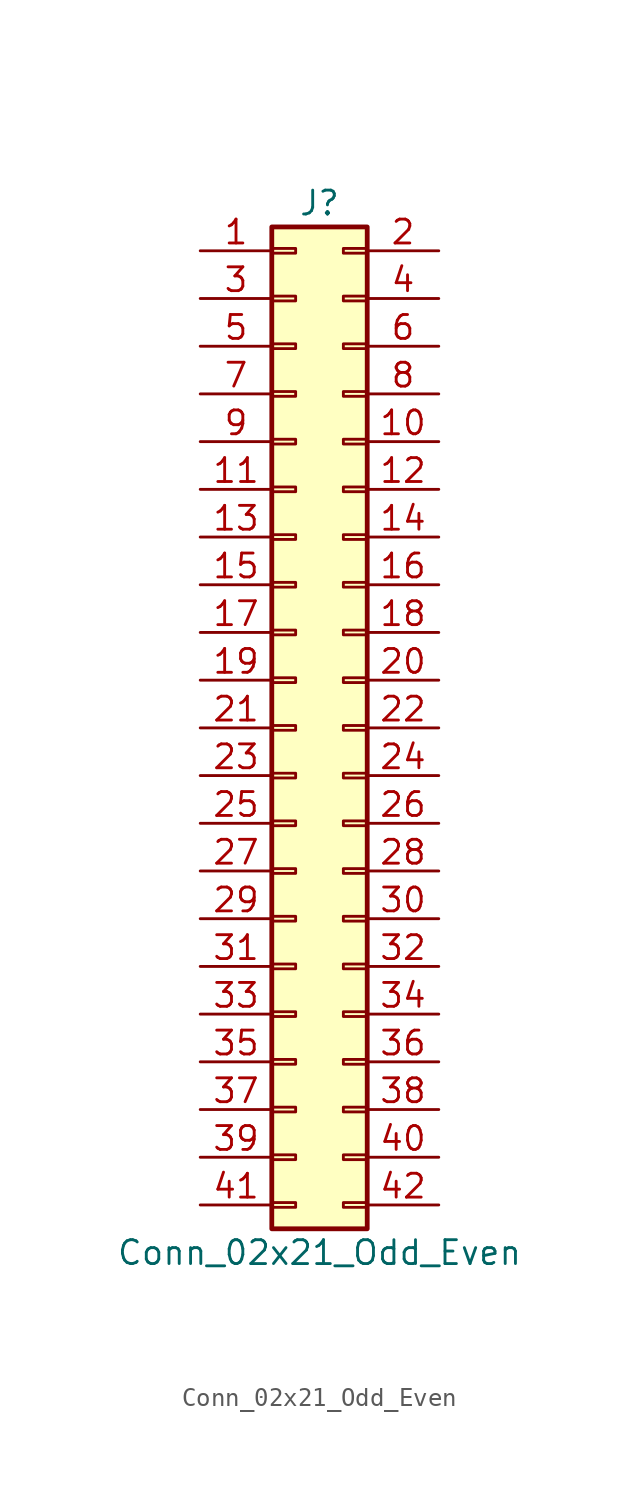
<source format=kicad_sym>
(kicad_symbol_lib
  (version 20201005)
  (generator kicad_symbol_editor)
  (symbol "Conn_02x21_Odd_Even"
    (pin_names
      (offset 1.016) hide)
    (property "Reference" "J"
      (at 1.27 27.94 0)
      (effects (font (size 1.27 1.27))))
    (property "Value" "Conn_02x21_Odd_Even"
      (at 1.27 -27.94 0)
      (effects (font (size 1.27 1.27))))
    (symbol "Conn_02x21_Odd_Even_1_1"
      (rectangle (start -1.27 -25.273) (end 0 -25.527) (stroke (width 0.152)) (fill (type none)))
      (rectangle (start -1.27 -22.733) (end 0 -22.987) (stroke (width 0.152)) (fill (type none)))
      (rectangle (start -1.27 -20.193) (end 0 -20.447) (stroke (width 0.152)) (fill (type none)))
      (rectangle (start -1.27 -17.653) (end 0 -17.907) (stroke (width 0.152)) (fill (type none)))
      (rectangle (start -1.27 -15.113) (end 0 -15.367) (stroke (width 0.152)) (fill (type none)))
      (rectangle (start -1.27 -12.573) (end 0 -12.827) (stroke (width 0.152)) (fill (type none)))
      (rectangle (start -1.27 -10.033) (end 0 -10.287) (stroke (width 0.152)) (fill (type none)))
      (rectangle (start -1.27 -7.493) (end 0 -7.747) (stroke (width 0.152)) (fill (type none)))
      (rectangle (start -1.27 -4.953) (end 0 -5.207) (stroke (width 0.152)) (fill (type none)))
      (rectangle (start -1.27 -2.413) (end 0 -2.667) (stroke (width 0.152)) (fill (type none)))
      (rectangle (start -1.27 0.127) (end 0 -0.127) (stroke (width 0.152)) (fill (type none)))
      (rectangle (start -1.27 2.667) (end 0 2.413) (stroke (width 0.152)) (fill (type none)))
      (rectangle (start -1.27 5.207) (end 0 4.953) (stroke (width 0.152)) (fill (type none)))
      (rectangle (start -1.27 7.747) (end 0 7.493) (stroke (width 0.152)) (fill (type none)))
      (rectangle (start -1.27 10.287) (end 0 10.033) (stroke (width 0.152)) (fill (type none)))
      (rectangle (start -1.27 12.827) (end 0 12.573) (stroke (width 0.152)) (fill (type none)))
      (rectangle (start -1.27 15.367) (end 0 15.113) (stroke (width 0.152)) (fill (type none)))
      (rectangle (start -1.27 17.907) (end 0 17.653) (stroke (width 0.152)) (fill (type none)))
      (rectangle (start -1.27 20.447) (end 0 20.193) (stroke (width 0.152)) (fill (type none)))
      (rectangle (start -1.27 22.987) (end 0 22.733) (stroke (width 0.152)) (fill (type none)))
      (rectangle (start -1.27 25.527) (end 0 25.273) (stroke (width 0.152)) (fill (type none)))
      (rectangle (start 3.81 -25.273) (end 2.54 -25.527) (stroke (width 0.152)) (fill (type none)))
      (rectangle (start 3.81 -22.733) (end 2.54 -22.987) (stroke (width 0.152)) (fill (type none)))
      (rectangle (start 3.81 -20.193) (end 2.54 -20.447) (stroke (width 0.152)) (fill (type none)))
      (rectangle (start 3.81 -17.653) (end 2.54 -17.907) (stroke (width 0.152)) (fill (type none)))
      (rectangle (start 3.81 -15.113) (end 2.54 -15.367) (stroke (width 0.152)) (fill (type none)))
      (rectangle (start 3.81 -12.573) (end 2.54 -12.827) (stroke (width 0.152)) (fill (type none)))
      (rectangle (start 3.81 -10.033) (end 2.54 -10.287) (stroke (width 0.152)) (fill (type none)))
      (rectangle (start 3.81 -7.493) (end 2.54 -7.747) (stroke (width 0.152)) (fill (type none)))
      (rectangle (start 3.81 -4.953) (end 2.54 -5.207) (stroke (width 0.152)) (fill (type none)))
      (rectangle (start 3.81 -2.413) (end 2.54 -2.667) (stroke (width 0.152)) (fill (type none)))
      (rectangle (start 3.81 0.127) (end 2.54 -0.127) (stroke (width 0.152)) (fill (type none)))
      (rectangle (start 3.81 2.667) (end 2.54 2.413) (stroke (width 0.152)) (fill (type none)))
      (rectangle (start 3.81 5.207) (end 2.54 4.953) (stroke (width 0.152)) (fill (type none)))
      (rectangle (start 3.81 7.747) (end 2.54 7.493) (stroke (width 0.152)) (fill (type none)))
      (rectangle (start 3.81 10.287) (end 2.54 10.033) (stroke (width 0.152)) (fill (type none)))
      (rectangle (start 3.81 12.827) (end 2.54 12.573) (stroke (width 0.152)) (fill (type none)))
      (rectangle (start 3.81 15.367) (end 2.54 15.113) (stroke (width 0.152)) (fill (type none)))
      (rectangle (start 3.81 17.907) (end 2.54 17.653) (stroke (width 0.152)) (fill (type none)))
      (rectangle (start 3.81 20.447) (end 2.54 20.193) (stroke (width 0.152)) (fill (type none)))
      (rectangle (start 3.81 22.987) (end 2.54 22.733) (stroke (width 0.152)) (fill (type none)))
      (rectangle (start 3.81 25.527) (end 2.54 25.273) (stroke (width 0.152)) (fill (type none)))
      (rectangle (start -1.27 26.67) (end 3.81 -26.67) (stroke (width 0.254)) (fill (type background)))
      (pin passive line (at -5.08 25.4 0) (length 3.81) (name "Pin_1" (effects (font (size 1.27 1.27)))) (number "1" (effects (font (size 1.27 1.27)))))
      (pin passive line (at 7.62 15.24 180) (length 3.81) (name "Pin_10" (effects (font (size 1.27 1.27)))) (number "10" (effects (font (size 1.27 1.27)))))
      (pin passive line (at -5.08 12.7 0) (length 3.81) (name "Pin_11" (effects (font (size 1.27 1.27)))) (number "11" (effects (font (size 1.27 1.27)))))
      (pin passive line (at 7.62 12.7 180) (length 3.81) (name "Pin_12" (effects (font (size 1.27 1.27)))) (number "12" (effects (font (size 1.27 1.27)))))
      (pin passive line (at -5.08 10.16 0) (length 3.81) (name "Pin_13" (effects (font (size 1.27 1.27)))) (number "13" (effects (font (size 1.27 1.27)))))
      (pin passive line (at 7.62 10.16 180) (length 3.81) (name "Pin_14" (effects (font (size 1.27 1.27)))) (number "14" (effects (font (size 1.27 1.27)))))
      (pin passive line (at -5.08 7.62 0) (length 3.81) (name "Pin_15" (effects (font (size 1.27 1.27)))) (number "15" (effects (font (size 1.27 1.27)))))
      (pin passive line (at 7.62 7.62 180) (length 3.81) (name "Pin_16" (effects (font (size 1.27 1.27)))) (number "16" (effects (font (size 1.27 1.27)))))
      (pin passive line (at -5.08 5.08 0) (length 3.81) (name "Pin_17" (effects (font (size 1.27 1.27)))) (number "17" (effects (font (size 1.27 1.27)))))
      (pin passive line (at 7.62 5.08 180) (length 3.81) (name "Pin_18" (effects (font (size 1.27 1.27)))) (number "18" (effects (font (size 1.27 1.27)))))
      (pin passive line (at -5.08 2.54 0) (length 3.81) (name "Pin_19" (effects (font (size 1.27 1.27)))) (number "19" (effects (font (size 1.27 1.27)))))
      (pin passive line (at 7.62 25.4 180) (length 3.81) (name "Pin_2" (effects (font (size 1.27 1.27)))) (number "2" (effects (font (size 1.27 1.27)))))
      (pin passive line (at 7.62 2.54 180) (length 3.81) (name "Pin_20" (effects (font (size 1.27 1.27)))) (number "20" (effects (font (size 1.27 1.27)))))
      (pin passive line (at -5.08 0 0) (length 3.81) (name "Pin_21" (effects (font (size 1.27 1.27)))) (number "21" (effects (font (size 1.27 1.27)))))
      (pin passive line (at 7.62 0 180) (length 3.81) (name "Pin_22" (effects (font (size 1.27 1.27)))) (number "22" (effects (font (size 1.27 1.27)))))
      (pin passive line (at -5.08 -2.54 0) (length 3.81) (name "Pin_23" (effects (font (size 1.27 1.27)))) (number "23" (effects (font (size 1.27 1.27)))))
      (pin passive line (at 7.62 -2.54 180) (length 3.81) (name "Pin_24" (effects (font (size 1.27 1.27)))) (number "24" (effects (font (size 1.27 1.27)))))
      (pin passive line (at -5.08 -5.08 0) (length 3.81) (name "Pin_25" (effects (font (size 1.27 1.27)))) (number "25" (effects (font (size 1.27 1.27)))))
      (pin passive line (at 7.62 -5.08 180) (length 3.81) (name "Pin_26" (effects (font (size 1.27 1.27)))) (number "26" (effects (font (size 1.27 1.27)))))
      (pin passive line (at -5.08 -7.62 0) (length 3.81) (name "Pin_27" (effects (font (size 1.27 1.27)))) (number "27" (effects (font (size 1.27 1.27)))))
      (pin passive line (at 7.62 -7.62 180) (length 3.81) (name "Pin_28" (effects (font (size 1.27 1.27)))) (number "28" (effects (font (size 1.27 1.27)))))
      (pin passive line (at -5.08 -10.16 0) (length 3.81) (name "Pin_29" (effects (font (size 1.27 1.27)))) (number "29" (effects (font (size 1.27 1.27)))))
      (pin passive line (at -5.08 22.86 0) (length 3.81) (name "Pin_3" (effects (font (size 1.27 1.27)))) (number "3" (effects (font (size 1.27 1.27)))))
      (pin passive line (at 7.62 -10.16 180) (length 3.81) (name "Pin_30" (effects (font (size 1.27 1.27)))) (number "30" (effects (font (size 1.27 1.27)))))
      (pin passive line (at -5.08 -12.7 0) (length 3.81) (name "Pin_31" (effects (font (size 1.27 1.27)))) (number "31" (effects (font (size 1.27 1.27)))))
      (pin passive line (at 7.62 -12.7 180) (length 3.81) (name "Pin_32" (effects (font (size 1.27 1.27)))) (number "32" (effects (font (size 1.27 1.27)))))
      (pin passive line (at -5.08 -15.24 0) (length 3.81) (name "Pin_33" (effects (font (size 1.27 1.27)))) (number "33" (effects (font (size 1.27 1.27)))))
      (pin passive line (at 7.62 -15.24 180) (length 3.81) (name "Pin_34" (effects (font (size 1.27 1.27)))) (number "34" (effects (font (size 1.27 1.27)))))
      (pin passive line (at -5.08 -17.78 0) (length 3.81) (name "Pin_35" (effects (font (size 1.27 1.27)))) (number "35" (effects (font (size 1.27 1.27)))))
      (pin passive line (at 7.62 -17.78 180) (length 3.81) (name "Pin_36" (effects (font (size 1.27 1.27)))) (number "36" (effects (font (size 1.27 1.27)))))
      (pin passive line (at -5.08 -20.32 0) (length 3.81) (name "Pin_37" (effects (font (size 1.27 1.27)))) (number "37" (effects (font (size 1.27 1.27)))))
      (pin passive line (at 7.62 -20.32 180) (length 3.81) (name "Pin_38" (effects (font (size 1.27 1.27)))) (number "38" (effects (font (size 1.27 1.27)))))
      (pin passive line (at -5.08 -22.86 0) (length 3.81) (name "Pin_39" (effects (font (size 1.27 1.27)))) (number "39" (effects (font (size 1.27 1.27)))))
      (pin passive line (at 7.62 22.86 180) (length 3.81) (name "Pin_4" (effects (font (size 1.27 1.27)))) (number "4" (effects (font (size 1.27 1.27)))))
      (pin passive line (at 7.62 -22.86 180) (length 3.81) (name "Pin_40" (effects (font (size 1.27 1.27)))) (number "40" (effects (font (size 1.27 1.27)))))
      (pin passive line (at -5.08 -25.4 0) (length 3.81) (name "Pin_41" (effects (font (size 1.27 1.27)))) (number "41" (effects (font (size 1.27 1.27)))))
      (pin passive line (at 7.62 -25.4 180) (length 3.81) (name "Pin_42" (effects (font (size 1.27 1.27)))) (number "42" (effects (font (size 1.27 1.27)))))
      (pin passive line (at -5.08 20.32 0) (length 3.81) (name "Pin_5" (effects (font (size 1.27 1.27)))) (number "5" (effects (font (size 1.27 1.27)))))
      (pin passive line (at 7.62 20.32 180) (length 3.81) (name "Pin_6" (effects (font (size 1.27 1.27)))) (number "6" (effects (font (size 1.27 1.27)))))
      (pin passive line (at -5.08 17.78 0) (length 3.81) (name "Pin_7" (effects (font (size 1.27 1.27)))) (number "7" (effects (font (size 1.27 1.27)))))
      (pin passive line (at 7.62 17.78 180) (length 3.81) (name "Pin_8" (effects (font (size 1.27 1.27)))) (number "8" (effects (font (size 1.27 1.27)))))
      (pin passive line (at -5.08 15.24 0) (length 3.81) (name "Pin_9" (effects (font (size 1.27 1.27)))) (number "9" (effects (font (size 1.27 1.27))))))))
</source>
